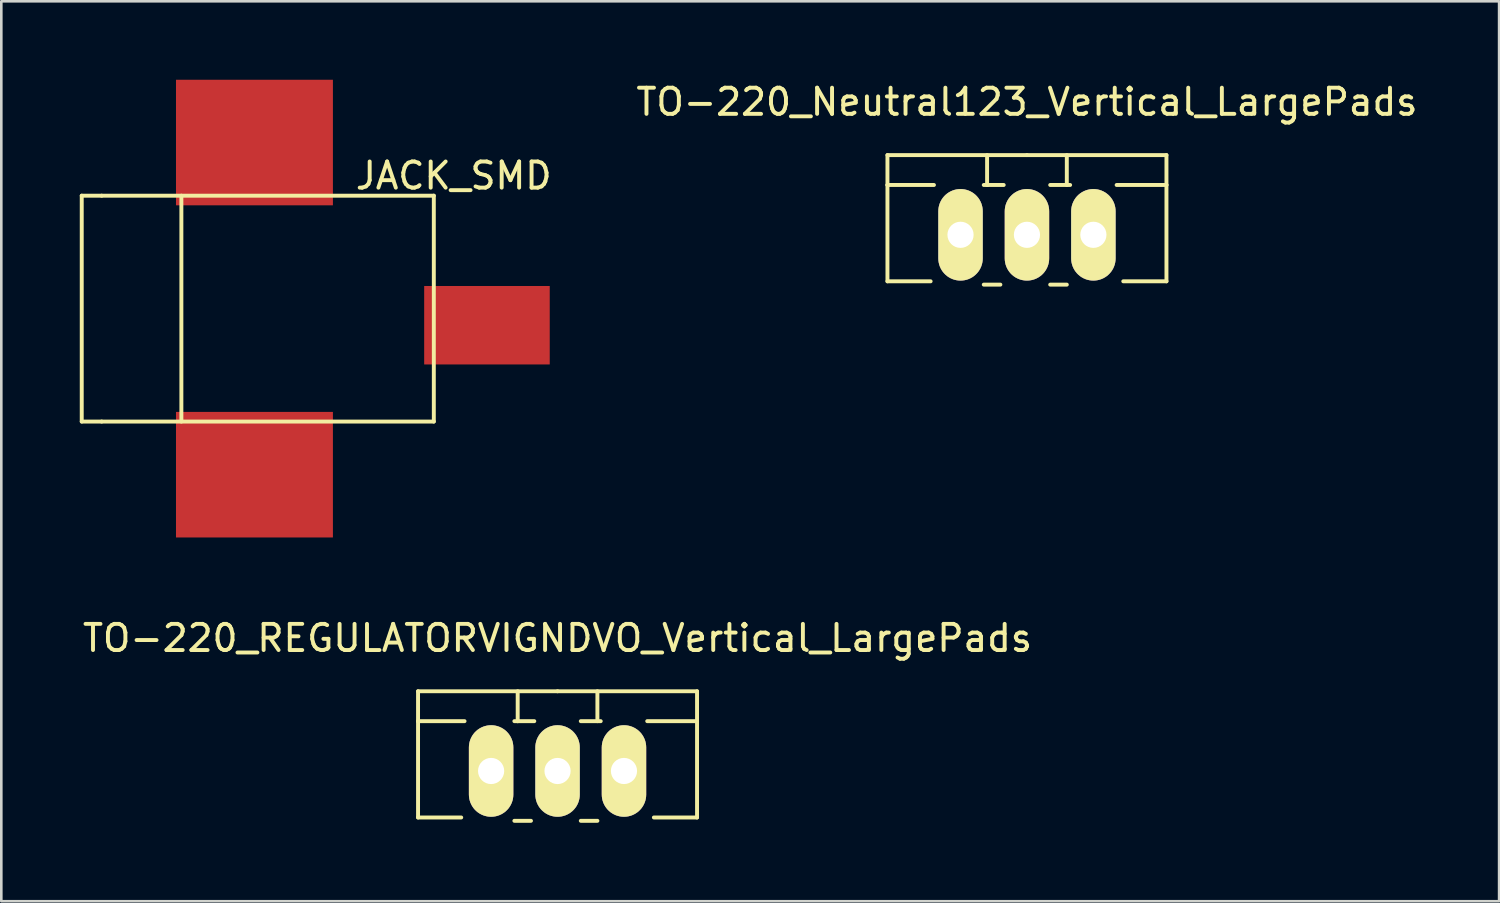
<source format=kicad_pcb>
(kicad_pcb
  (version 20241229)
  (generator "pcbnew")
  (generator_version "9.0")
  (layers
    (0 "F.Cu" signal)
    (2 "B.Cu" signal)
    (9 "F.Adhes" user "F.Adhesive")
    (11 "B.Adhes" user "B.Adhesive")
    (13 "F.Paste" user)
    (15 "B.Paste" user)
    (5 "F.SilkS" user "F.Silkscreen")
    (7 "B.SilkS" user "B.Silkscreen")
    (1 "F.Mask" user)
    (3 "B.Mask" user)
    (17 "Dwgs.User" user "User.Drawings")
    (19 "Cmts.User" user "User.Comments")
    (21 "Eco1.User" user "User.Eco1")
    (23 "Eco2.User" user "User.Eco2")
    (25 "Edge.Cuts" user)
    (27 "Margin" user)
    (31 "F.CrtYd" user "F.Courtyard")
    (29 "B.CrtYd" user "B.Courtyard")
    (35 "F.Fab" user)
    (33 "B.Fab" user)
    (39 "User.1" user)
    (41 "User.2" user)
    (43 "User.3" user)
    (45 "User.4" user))
  (footprint "TO-220_REGULATORVIGNDVO_Vertical_LargePads"
    (layer "F.Cu")
    (at 18.268 26.429)
    (property "Reference" "TO-220_REGULATORVIGNDVO_Vertical_LargePads" (at 0 -5.08 0) (layer "F.SilkS") (effects (font (size 1 1) (thickness 0.15))))
    (attr through_hole)
    (fp_line (start -5.334 -1.905) (end -5.334 -3.048) (stroke (width 0.15) (type solid)) (layer "F.SilkS"))
    (fp_line (start -5.334 -1.905) (end -3.556 -1.905) (stroke (width 0.15) (type solid)) (layer "F.SilkS"))
    (fp_line (start -5.334 1.778) (end -5.334 -1.905) (stroke (width 0.15) (type solid)) (layer "F.SilkS"))
    (fp_line (start -5.334 1.778) (end -3.683 1.778) (stroke (width 0.15) (type solid)) (layer "F.SilkS"))
    (fp_line (start -1.524 -3.048) (end -1.524 -1.905) (stroke (width 0.15) (type solid)) (layer "F.SilkS"))
    (fp_line (start -1.524 -1.905) (end -1.651 -1.905) (stroke (width 0.15) (type solid)) (layer "F.SilkS"))
    (fp_line (start -1.524 -1.905) (end -0.889 -1.905) (stroke (width 0.15) (type solid)) (layer "F.SilkS"))
    (fp_line (start -1.016 1.905) (end -1.651 1.905) (stroke (width 0.15) (type solid)) (layer "F.SilkS"))
    (fp_line (start 0 -3.048) (end -5.334 -3.048) (stroke (width 0.15) (type solid)) (layer "F.SilkS"))
    (fp_line (start 0 -3.048) (end 5.334 -3.048) (stroke (width 0.15) (type solid)) (layer "F.SilkS"))
    (fp_line (start 0.889 -1.905) (end 1.651 -1.905) (stroke (width 0.15) (type solid)) (layer "F.SilkS"))
    (fp_line (start 1.524 -3.048) (end 1.524 -1.905) (stroke (width 0.15) (type solid)) (layer "F.SilkS"))
    (fp_line (start 1.524 1.905) (end 0.889 1.905) (stroke (width 0.15) (type solid)) (layer "F.SilkS"))
    (fp_line (start 5.334 -3.048) (end 5.334 -1.905) (stroke (width 0.15) (type solid)) (layer "F.SilkS"))
    (fp_line (start 5.334 -1.905) (end 3.429 -1.905) (stroke (width 0.15) (type solid)) (layer "F.SilkS"))
    (fp_line (start 5.334 -1.905) (end 5.334 1.778) (stroke (width 0.15) (type solid)) (layer "F.SilkS"))
    (fp_line (start 5.334 1.778) (end 3.683 1.778) (stroke (width 0.15) (type solid)) (layer "F.SilkS"))
    (pad "GND" thru_hole oval (at 0 0 90) (size 3.5 1.699) (drill 1.001) (layers "*.Cu" "*.Mask" "F.SilkS"))
    (pad "VI" thru_hole oval (at -2.54 0 90) (size 3.5 1.699) (drill 1.001) (layers "*.Cu" "*.Mask" "F.SilkS"))
    (pad "VO" thru_hole oval (at 2.54 0 90) (size 3.5 1.699) (drill 1.001) (layers "*.Cu" "*.Mask" "F.SilkS")))
  (footprint "TO-220_Neutral123_Vertical_LargePads"
    (layer "F.Cu")
    (at 36.216 5.928)
    (property "Reference" "TO-220_Neutral123_Vertical_LargePads" (at 0 -5.08 0) (layer "F.SilkS") (effects (font (size 1 1) (thickness 0.15))))
    (attr through_hole)
    (fp_line (start -5.334 -1.905) (end -5.334 -3.048) (stroke (width 0.15) (type solid)) (layer "F.SilkS"))
    (fp_line (start -5.334 -1.905) (end -3.556 -1.905) (stroke (width 0.15) (type solid)) (layer "F.SilkS"))
    (fp_line (start -5.334 1.778) (end -5.334 -1.905) (stroke (width 0.15) (type solid)) (layer "F.SilkS"))
    (fp_line (start -5.334 1.778) (end -3.683 1.778) (stroke (width 0.15) (type solid)) (layer "F.SilkS"))
    (fp_line (start -1.524 -3.048) (end -1.524 -1.905) (stroke (width 0.15) (type solid)) (layer "F.SilkS"))
    (fp_line (start -1.524 -1.905) (end -1.651 -1.905) (stroke (width 0.15) (type solid)) (layer "F.SilkS"))
    (fp_line (start -1.524 -1.905) (end -0.889 -1.905) (stroke (width 0.15) (type solid)) (layer "F.SilkS"))
    (fp_line (start -1.016 1.905) (end -1.651 1.905) (stroke (width 0.15) (type solid)) (layer "F.SilkS"))
    (fp_line (start 0 -3.048) (end -5.334 -3.048) (stroke (width 0.15) (type solid)) (layer "F.SilkS"))
    (fp_line (start 0 -3.048) (end 5.334 -3.048) (stroke (width 0.15) (type solid)) (layer "F.SilkS"))
    (fp_line (start 0.889 -1.905) (end 1.651 -1.905) (stroke (width 0.15) (type solid)) (layer "F.SilkS"))
    (fp_line (start 1.524 -3.048) (end 1.524 -1.905) (stroke (width 0.15) (type solid)) (layer "F.SilkS"))
    (fp_line (start 1.524 1.905) (end 0.889 1.905) (stroke (width 0.15) (type solid)) (layer "F.SilkS"))
    (fp_line (start 5.334 -3.048) (end 5.334 -1.905) (stroke (width 0.15) (type solid)) (layer "F.SilkS"))
    (fp_line (start 5.334 -1.905) (end 3.429 -1.905) (stroke (width 0.15) (type solid)) (layer "F.SilkS"))
    (fp_line (start 5.334 -1.905) (end 5.334 1.778) (stroke (width 0.15) (type solid)) (layer "F.SilkS"))
    (fp_line (start 5.334 1.778) (end 3.683 1.778) (stroke (width 0.15) (type solid)) (layer "F.SilkS"))
    (pad "GND" thru_hole oval (at 0 0 90) (size 3.5 1.699) (drill 1.001) (layers "*.Cu" "*.Mask" "F.SilkS"))
    (pad "VI" thru_hole oval (at -2.54 0 90) (size 3.5 1.699) (drill 1.001) (layers "*.Cu" "*.Mask" "F.SilkS"))
    (pad "VO" thru_hole oval (at 2.54 0 90) (size 3.5 1.699) (drill 1.001) (layers "*.Cu" "*.Mask" "F.SilkS")))
  (footprint "JACK_SMD"
    (layer "F.Cu")
    (at 7.949 8.75)
    (property "Reference" "JACK_SMD" (at 6.35 -5.08 0) (layer "F.SilkS") (effects (font (size 1 1) (thickness 0.15))))
    (attr through_hole)
    (fp_line (start -7.874 -4.318) (end -7.874 4.318) (stroke (width 0.15) (type solid)) (layer "F.SilkS"))
    (fp_line (start -7.874 4.318) (end -7.112 4.318) (stroke (width 0.15) (type solid)) (layer "F.SilkS"))
    (fp_line (start -7.112 -4.318) (end -7.874 -4.318) (stroke (width 0.15) (type solid)) (layer "F.SilkS"))
    (fp_line (start -7.112 -4.318) (end 5.588 -4.318) (stroke (width 0.15) (type solid)) (layer "F.SilkS"))
    (fp_line (start -7.112 4.318) (end 5.588 4.318) (stroke (width 0.15) (type solid)) (layer "F.SilkS"))
    (fp_line (start -4.064 -4.318) (end -4.064 4.318) (stroke (width 0.15) (type solid)) (layer "F.SilkS"))
    (fp_line (start 5.588 -4.318) (end 5.588 4.318) (stroke (width 0.15) (type solid)) (layer "F.SilkS"))
    (pad "1" smd rect (at 7.62 0.635) (size 4.801 3) (layers "F.Cu" "F.Mask" "F.Paste"))
    (pad "2" smd rect (at -1.27 -6.35) (size 6 4.801) (layers "F.Cu" "F.Mask" "F.Paste"))
    (pad "3" smd rect (at -1.27 6.35) (size 6 4.801) (layers "F.Cu" "F.Mask" "F.Paste")))
  (gr_rect
    (start -3 -3)
    (end 54.269 31.409)
    (stroke (width 0.1) (type default))
    (fill no)
    (layer "Edge.Cuts")))
</source>
